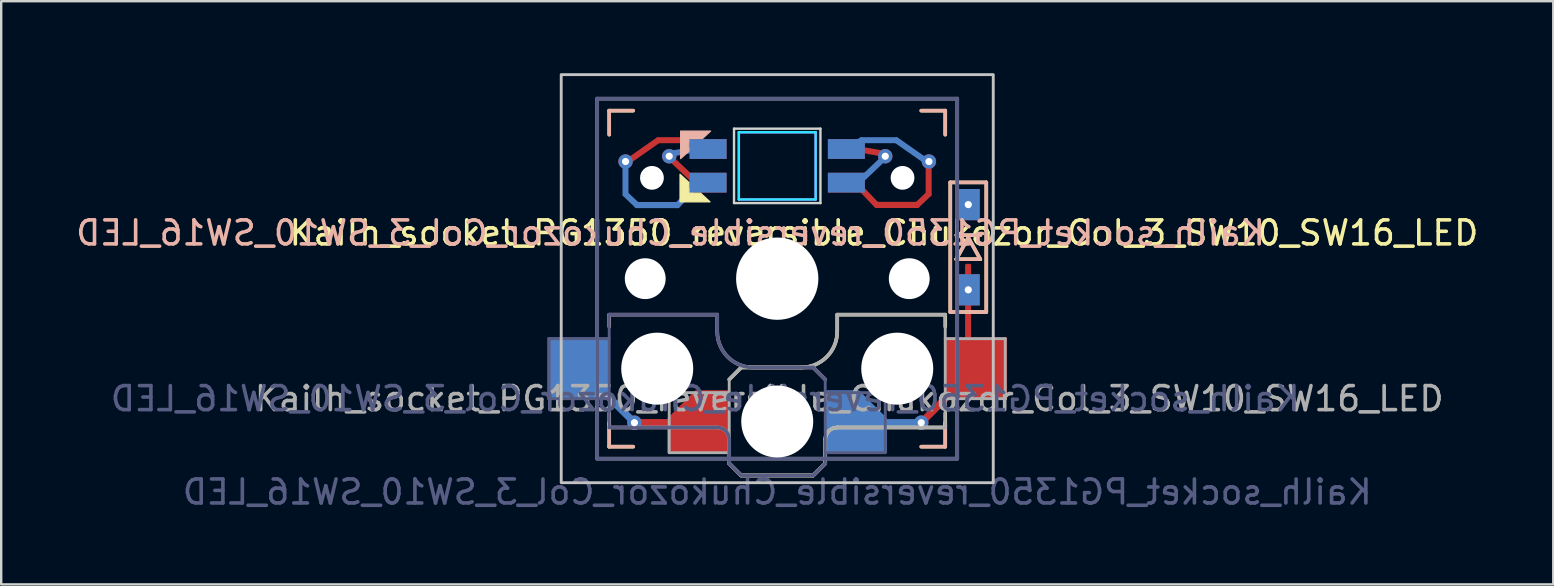
<source format=kicad_pcb>
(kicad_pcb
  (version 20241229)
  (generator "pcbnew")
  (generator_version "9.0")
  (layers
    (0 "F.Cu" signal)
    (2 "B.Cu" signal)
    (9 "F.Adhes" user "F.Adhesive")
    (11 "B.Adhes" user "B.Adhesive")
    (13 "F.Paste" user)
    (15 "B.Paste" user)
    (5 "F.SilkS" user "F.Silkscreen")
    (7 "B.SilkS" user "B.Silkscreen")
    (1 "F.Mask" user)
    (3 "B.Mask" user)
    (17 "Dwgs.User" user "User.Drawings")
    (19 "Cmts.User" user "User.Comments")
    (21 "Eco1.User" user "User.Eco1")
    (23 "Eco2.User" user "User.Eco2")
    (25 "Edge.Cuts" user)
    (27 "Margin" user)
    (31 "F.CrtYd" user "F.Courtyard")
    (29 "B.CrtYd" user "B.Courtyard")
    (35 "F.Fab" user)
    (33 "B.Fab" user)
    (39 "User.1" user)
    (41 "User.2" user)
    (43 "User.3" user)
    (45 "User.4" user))
  (footprint "Kailh_socket_PG1350_reversible_Chukozor_Col_3_SW10_SW16_LED"
    (layer "F.Cu")
    (at 29.332 8.56)
    (property "Reference" "Kailh_socket_PG1350_reversible_Chukozor_Col_3_SW10_SW16_LED" (at 4.445 -1.905 0) (layer "F.SilkS") (effects (font (size 1 1) (thickness 0.15))))
    (property "Value" "Kailh_socket_PG1350_reversible_Chukozor_Col_3_SW10_SW16_LED" (at 0 8.89 0) (layer "F.Fab") (hide yes) (effects (font (size 1 1) (thickness 0.15))))
    (attr smd)
    (fp_line (start -7 -7) (end -6 -7) (stroke (width 0.15) (type solid)) (layer "F.SilkS"))
    (fp_line (start -7 -6) (end -7 -7) (stroke (width 0.15) (type solid)) (layer "F.SilkS"))
    (fp_line (start -7 7) (end -7 6) (stroke (width 0.15) (type solid)) (layer "F.SilkS"))
    (fp_line (start -6 7) (end -7 7) (stroke (width 0.15) (type solid)) (layer "F.SilkS"))
    (fp_line (start -2 4.2) (end -1.5 3.7) (stroke (width 0.15) (type solid)) (layer "F.SilkS"))
    (fp_line (start -2 7.7) (end -1.5 8.2) (stroke (width 0.15) (type solid)) (layer "F.SilkS"))
    (fp_line (start -1.5 3.7) (end 1 3.7) (stroke (width 0.15) (type solid)) (layer "F.SilkS"))
    (fp_line (start -1.5 8.2) (end 1.5 8.2) (stroke (width 0.15) (type solid)) (layer "F.SilkS"))
    (fp_line (start 1.5 8.2) (end 2 7.7) (stroke (width 0.15) (type solid)) (layer "F.SilkS"))
    (fp_line (start 2 6.7) (end 2 7.7) (stroke (width 0.15) (type solid)) (layer "F.SilkS"))
    (fp_line (start 2.5 1.5) (end 7 1.5) (stroke (width 0.15) (type solid)) (layer "F.SilkS"))
    (fp_line (start 2.5 2.2) (end 2.5 1.5) (stroke (width 0.15) (type solid)) (layer "F.SilkS"))
    (fp_line (start 6 -7) (end 7 -7) (stroke (width 0.15) (type solid)) (layer "F.SilkS"))
    (fp_line (start 7 -7) (end 7 -6) (stroke (width 0.15) (type solid)) (layer "F.SilkS"))
    (fp_line (start 7 1.5) (end 7 2) (stroke (width 0.15) (type solid)) (layer "F.SilkS"))
    (fp_line (start 7 5.6) (end 7 6.2) (stroke (width 0.15) (type solid)) (layer "F.SilkS"))
    (fp_line (start 7 6) (end 7 7) (stroke (width 0.15) (type solid)) (layer "F.SilkS"))
    (fp_line (start 7 6.2) (end 2.5 6.2) (stroke (width 0.15) (type solid)) (layer "F.SilkS"))
    (fp_line (start 7 7) (end 6 7) (stroke (width 0.15) (type solid)) (layer "F.SilkS"))
    (fp_line (start 7.21 -4.01) (end 7.21 1.39) (stroke (width 0.15) (type solid)) (layer "F.SilkS"))
    (fp_line (start 7.21 1.39) (end 8.71 1.39) (stroke (width 0.15) (type solid)) (layer "F.SilkS"))
    (fp_line (start 7.46 -0.81) (end 7.96 -1.71) (stroke (width 0.15) (type solid)) (layer "F.SilkS"))
    (fp_line (start 7.96 -1.71) (end 8.46 -0.81) (stroke (width 0.15) (type solid)) (layer "F.SilkS"))
    (fp_line (start 8.46 -0.81) (end 7.46 -0.81) (stroke (width 0.15) (type solid)) (layer "F.SilkS"))
    (fp_line (start 8.46 -1.81) (end 7.46 -1.81) (stroke (width 0.15) (type solid)) (layer "F.SilkS"))
    (fp_line (start 8.71 -4.01) (end 7.21 -4.01) (stroke (width 0.15) (type solid)) (layer "F.SilkS"))
    (fp_line (start 8.71 1.39) (end 8.71 -4.01) (stroke (width 0.15) (type solid)) (layer "F.SilkS"))
    (fp_arc (start 2 6.7) (mid 2.146447 6.346447) (end 2.5 6.2) (stroke (width 0.15) (type solid)) (layer "F.SilkS"))
    (fp_arc (start 2.5 2.2) (mid 2.06066 3.26066) (end 1 3.7) (stroke (width 0.15) (type solid)) (layer "F.SilkS"))
    (fp_poly (pts (xy -3.19 -3.56) (xy -3.68 -3.56) (xy -3.68 -4.01) (xy -4.05 -4.35) (xy -4.05 -3.2) (xy -2.8 -3.2)) (stroke (width 0.05) (type solid)) (fill yes) (layer "F.SilkS"))
    (fp_line (start -7 -7) (end -6 -7) (stroke (width 0.15) (type solid)) (layer "B.SilkS"))
    (fp_line (start -7 -6) (end -7 -7) (stroke (width 0.15) (type solid)) (layer "B.SilkS"))
    (fp_line (start -7 1.5) (end -7 2) (stroke (width 0.15) (type solid)) (layer "B.SilkS"))
    (fp_line (start -7 5.6) (end -7 6.2) (stroke (width 0.15) (type solid)) (layer "B.SilkS"))
    (fp_line (start -7 6.2) (end -2.5 6.2) (stroke (width 0.15) (type solid)) (layer "B.SilkS"))
    (fp_line (start -7 7) (end -7 6) (stroke (width 0.15) (type solid)) (layer "B.SilkS"))
    (fp_line (start -6 7) (end -7 7) (stroke (width 0.15) (type solid)) (layer "B.SilkS"))
    (fp_line (start -2.5 1.5) (end -7 1.5) (stroke (width 0.15) (type solid)) (layer "B.SilkS"))
    (fp_line (start -2.5 2.2) (end -2.5 1.5) (stroke (width 0.15) (type solid)) (layer "B.SilkS"))
    (fp_line (start -2 6.7) (end -2 7.7) (stroke (width 0.15) (type solid)) (layer "B.SilkS"))
    (fp_line (start -1.5 8.2) (end -2 7.7) (stroke (width 0.15) (type solid)) (layer "B.SilkS"))
    (fp_line (start 1.5 3.7) (end -1 3.7) (stroke (width 0.15) (type solid)) (layer "B.SilkS"))
    (fp_line (start 1.5 8.2) (end -1.5 8.2) (stroke (width 0.15) (type solid)) (layer "B.SilkS"))
    (fp_line (start 2 4.2) (end 1.5 3.7) (stroke (width 0.15) (type solid)) (layer "B.SilkS"))
    (fp_line (start 2 7.7) (end 1.5 8.2) (stroke (width 0.15) (type solid)) (layer "B.SilkS"))
    (fp_line (start 6 -7) (end 7 -7) (stroke (width 0.15) (type solid)) (layer "B.SilkS"))
    (fp_line (start 7 -7) (end 7 -6) (stroke (width 0.15) (type solid)) (layer "B.SilkS"))
    (fp_line (start 7 6) (end 7 7) (stroke (width 0.15) (type solid)) (layer "B.SilkS"))
    (fp_line (start 7 7) (end 6 7) (stroke (width 0.15) (type solid)) (layer "B.SilkS"))
    (fp_line (start 7.21 -4.01) (end 7.21 1.39) (stroke (width 0.15) (type solid)) (layer "B.SilkS"))
    (fp_line (start 7.21 1.39) (end 8.71 1.39) (stroke (width 0.15) (type solid)) (layer "B.SilkS"))
    (fp_line (start 7.46 -0.81) (end 7.96 -1.71) (stroke (width 0.15) (type solid)) (layer "B.SilkS"))
    (fp_line (start 7.96 -1.71) (end 8.46 -0.81) (stroke (width 0.15) (type solid)) (layer "B.SilkS"))
    (fp_line (start 8.46 -0.81) (end 7.46 -0.81) (stroke (width 0.15) (type solid)) (layer "B.SilkS"))
    (fp_line (start 8.46 -1.81) (end 7.46 -1.81) (stroke (width 0.15) (type solid)) (layer "B.SilkS"))
    (fp_line (start 8.71 -4.01) (end 7.21 -4.01) (stroke (width 0.15) (type solid)) (layer "B.SilkS"))
    (fp_line (start 8.71 1.39) (end 8.71 -4.01) (stroke (width 0.15) (type solid)) (layer "B.SilkS"))
    (fp_arc (start -2.5 6.2) (mid -2.146447 6.346447) (end -2 6.7) (stroke (width 0.15) (type solid)) (layer "B.SilkS"))
    (fp_arc (start -1 3.7) (mid -2.06066 3.26066) (end -2.5 2.2) (stroke (width 0.15) (type solid)) (layer "B.SilkS"))
    (fp_poly (pts (xy -3.11 -5.84) (xy -3.68 -5.84) (xy -3.68 -5.31) (xy -4.025 -5) (xy -4.025 -6.15) (xy -2.775 -6.15)) (stroke (width 0.05) (type solid)) (fill yes) (layer "B.SilkS"))
    (fp_rect (start -9 -8.5) (end 9 8.5) (stroke (width 0.12) (type solid)) (fill no) (layer "Dwgs.User"))
    (fp_line (start -6.9 6.9) (end -6.9 -6.9) (stroke (width 0.15) (type solid)) (layer "Eco2.User"))
    (fp_line (start -6.9 6.9) (end 6.9 6.9) (stroke (width 0.15) (type solid)) (layer "Eco2.User"))
    (fp_line (start -2.6 -3.1) (end -2.6 -6.3) (stroke (width 0.15) (type solid)) (layer "Eco2.User"))
    (fp_line (start -2.6 -3.1) (end 2.6 -3.1) (stroke (width 0.15) (type solid)) (layer "Eco2.User"))
    (fp_line (start 2.6 -6.3) (end -2.6 -6.3) (stroke (width 0.15) (type solid)) (layer "Eco2.User"))
    (fp_line (start 2.6 -3.1) (end 2.6 -6.3) (stroke (width 0.15) (type solid)) (layer "Eco2.User"))
    (fp_line (start 6.9 -6.9) (end -6.9 -6.9) (stroke (width 0.15) (type solid)) (layer "Eco2.User"))
    (fp_line (start 6.9 -6.9) (end 6.9 6.9) (stroke (width 0.15) (type solid)) (layer "Eco2.User"))
    (fp_line (start -1.8 -6.25) (end -1.8 -3.15) (stroke (width 0.1) (type solid)) (layer "Edge.Cuts"))
    (fp_line (start -1.8 -3.15) (end 1.8 -3.15) (stroke (width 0.1) (type solid)) (layer "Edge.Cuts"))
    (fp_line (start 1.8 -6.25) (end -1.8 -6.25) (stroke (width 0.1) (type solid)) (layer "Edge.Cuts"))
    (fp_line (start 1.8 -3.15) (end 1.8 -6.25) (stroke (width 0.1) (type solid)) (layer "Edge.Cuts"))
    (fp_line (start -1.6 -6.1) (end 1.6 -6.1) (stroke (width 0.1) (type solid)) (layer "B.CrtYd"))
    (fp_line (start -1.6 -3.3) (end -1.6 -6.1) (stroke (width 0.1) (type solid)) (layer "B.CrtYd"))
    (fp_line (start -1.6 -3.3) (end 1.6 -3.3) (stroke (width 0.1) (type solid)) (layer "B.CrtYd"))
    (fp_line (start 1.6 -3.3) (end 1.6 -6.1) (stroke (width 0.1) (type solid)) (layer "B.CrtYd"))
    (fp_line (start -1.6 -6.1) (end -1.6 -3.3) (stroke (width 0.1) (type solid)) (layer "F.CrtYd"))
    (fp_line (start -1.6 -6.1) (end 1.6 -6.1) (stroke (width 0.1) (type solid)) (layer "F.CrtYd"))
    (fp_line (start -1.6 -3.3) (end 1.6 -3.3) (stroke (width 0.1) (type solid)) (layer "F.CrtYd"))
    (fp_line (start 1.6 -6.1) (end 1.6 -3.3) (stroke (width 0.1) (type solid)) (layer "F.CrtYd"))
    (fp_line (start -9.5 2.5) (end -7 2.5) (stroke (width 0.12) (type solid)) (layer "B.Fab"))
    (fp_line (start -9.5 5) (end -9.5 2.5) (stroke (width 0.12) (type solid)) (layer "B.Fab"))
    (fp_line (start -7.5 -7.5) (end 7.5 -7.5) (stroke (width 0.15) (type solid)) (layer "B.Fab"))
    (fp_line (start -7.5 7.5) (end -7.5 -7.5) (stroke (width 0.15) (type solid)) (layer "B.Fab"))
    (fp_line (start -7 1.5) (end -7 6.2) (stroke (width 0.12) (type solid)) (layer "B.Fab"))
    (fp_line (start -7 5) (end -9.5 5) (stroke (width 0.12) (type solid)) (layer "B.Fab"))
    (fp_line (start -7 6.2) (end -2.5 6.2) (stroke (width 0.15) (type solid)) (layer "B.Fab"))
    (fp_line (start -2.5 1.5) (end -7 1.5) (stroke (width 0.15) (type solid)) (layer "B.Fab"))
    (fp_line (start -2.5 2.2) (end -2.5 1.5) (stroke (width 0.15) (type solid)) (layer "B.Fab"))
    (fp_line (start -2 6.7) (end -2 7.7) (stroke (width 0.15) (type solid)) (layer "B.Fab"))
    (fp_line (start -1.5 8.2) (end -2 7.7) (stroke (width 0.15) (type solid)) (layer "B.Fab"))
    (fp_line (start 1.5 3.7) (end -1 3.7) (stroke (width 0.15) (type solid)) (layer "B.Fab"))
    (fp_line (start 1.5 8.2) (end -1.5 8.2) (stroke (width 0.15) (type solid)) (layer "B.Fab"))
    (fp_line (start 2 4.2) (end 1.5 3.7) (stroke (width 0.15) (type solid)) (layer "B.Fab"))
    (fp_line (start 2 4.25) (end 2 7.7) (stroke (width 0.12) (type solid)) (layer "B.Fab"))
    (fp_line (start 2 4.75) (end 4.5 4.75) (stroke (width 0.12) (type solid)) (layer "B.Fab"))
    (fp_line (start 2 7.7) (end 1.5 8.2) (stroke (width 0.15) (type solid)) (layer "B.Fab"))
    (fp_line (start 4.5 4.75) (end 4.5 7.25) (stroke (width 0.12) (type solid)) (layer "B.Fab"))
    (fp_line (start 4.5 7.25) (end 2 7.25) (stroke (width 0.12) (type solid)) (layer "B.Fab"))
    (fp_line (start 7.5 -7.5) (end 7.5 7.5) (stroke (width 0.15) (type solid)) (layer "B.Fab"))
    (fp_line (start 7.5 7.5) (end -7.5 7.5) (stroke (width 0.15) (type solid)) (layer "B.Fab"))
    (fp_arc (start -2.5 6.2) (mid -2.146447 6.346447) (end -2 6.7) (stroke (width 0.15) (type solid)) (layer "B.Fab"))
    (fp_arc (start -1 3.7) (mid -2.06066 3.26066) (end -2.5 2.2) (stroke (width 0.15) (type solid)) (layer "B.Fab"))
    (fp_line (start -7.5 -7.5) (end 7.5 -7.5) (stroke (width 0.15) (type solid)) (layer "F.Fab"))
    (fp_line (start -7.5 7.5) (end -7.5 -7.5) (stroke (width 0.15) (type solid)) (layer "F.Fab"))
    (fp_line (start -4.5 4.75) (end -4.5 7.25) (stroke (width 0.12) (type solid)) (layer "F.Fab"))
    (fp_line (start -4.5 7.25) (end -2 7.25) (stroke (width 0.12) (type solid)) (layer "F.Fab"))
    (fp_line (start -2 4.2) (end -1.5 3.7) (stroke (width 0.15) (type solid)) (layer "F.Fab"))
    (fp_line (start -2 4.25) (end -2 7.7) (stroke (width 0.12) (type solid)) (layer "F.Fab"))
    (fp_line (start -2 4.75) (end -4.5 4.75) (stroke (width 0.12) (type solid)) (layer "F.Fab"))
    (fp_line (start -2 7.7) (end -1.5 8.2) (stroke (width 0.15) (type solid)) (layer "F.Fab"))
    (fp_line (start -1.5 3.7) (end 1 3.7) (stroke (width 0.15) (type solid)) (layer "F.Fab"))
    (fp_line (start -1.5 8.2) (end 1.5 8.2) (stroke (width 0.15) (type solid)) (layer "F.Fab"))
    (fp_line (start 1.5 8.2) (end 2 7.7) (stroke (width 0.15) (type solid)) (layer "F.Fab"))
    (fp_line (start 2 6.7) (end 2 7.7) (stroke (width 0.15) (type solid)) (layer "F.Fab"))
    (fp_line (start 2.5 1.5) (end 7 1.5) (stroke (width 0.15) (type solid)) (layer "F.Fab"))
    (fp_line (start 2.5 2.2) (end 2.5 1.5) (stroke (width 0.15) (type solid)) (layer "F.Fab"))
    (fp_line (start 7 1.5) (end 7 6.2) (stroke (width 0.12) (type solid)) (layer "F.Fab"))
    (fp_line (start 7 5) (end 9.5 5) (stroke (width 0.12) (type solid)) (layer "F.Fab"))
    (fp_line (start 7 6.2) (end 2.5 6.2) (stroke (width 0.15) (type solid)) (layer "F.Fab"))
    (fp_line (start 7.5 -7.5) (end 7.5 7.5) (stroke (width 0.15) (type solid)) (layer "F.Fab"))
    (fp_line (start 7.5 7.5) (end -7.5 7.5) (stroke (width 0.15) (type solid)) (layer "F.Fab"))
    (fp_line (start 9.5 2.5) (end 7 2.5) (stroke (width 0.12) (type solid)) (layer "F.Fab"))
    (fp_line (start 9.5 5) (end 9.5 2.5) (stroke (width 0.12) (type solid)) (layer "F.Fab"))
    (fp_arc (start 2 6.7) (mid 2.146447 6.346447) (end 2.5 6.2) (stroke (width 0.15) (type solid)) (layer "F.Fab"))
    (fp_arc (start 2.5 2.2) (mid 2.06066 3.26066) (end 1 3.7) (stroke (width 0.15) (type solid)) (layer "F.Fab"))
    (fp_text user "${REFERENCE}" (at -4.445 -1.905 0) (layer "B.SilkS") (effects (font (size 1 1) (thickness 0.15)) (justify mirror)))
    (fp_text user "${REFERENCE}" (at -3 5 0) (layer "B.Fab") (effects (font (size 1 1) (thickness 0.15)) (justify mirror)))
    (fp_text user "${VALUE}" (at 0 8.89 0) (layer "B.Fab") (effects (font (size 1 1) (thickness 0.15)) (justify mirror)))
    (fp_text user "${REFERENCE}" (at 3 5 180) (layer "F.Fab") (effects (font (size 1 1) (thickness 0.15))))
    (pad "" np_thru_hole circle (at -5.5 0) (size 1.702 1.702) (drill 1.702) (layers "*.Cu" "*.Mask"))
    (pad "" np_thru_hole circle (at -5.22 -4.2) (size 0.991 0.991) (drill 0.991) (layers "*.Cu" "*.Mask"))
    (pad "" np_thru_hole circle (at -5 3.75) (size 3 3) (drill 3) (layers "*.Cu" "*.Mask"))
    (pad "" np_thru_hole circle (at 0 0) (size 3.429 3.429) (drill 3.429) (layers "*.Cu" "*.Mask"))
    (pad "" np_thru_hole circle (at 0 5.95) (size 3 3) (drill 3) (layers "*.Cu" "*.Mask"))
    (pad "" np_thru_hole circle (at 5 3.75) (size 3 3) (drill 3) (layers "*.Cu" "*.Mask"))
    (pad "" np_thru_hole circle (at 5.22 -4.2) (size 0.991 0.991) (drill 0.991) (layers "*.Cu" "*.Mask"))
    (pad "" np_thru_hole circle (at 5.5 0) (size 1.702 1.702) (drill 1.702) (layers "*.Cu" "*.Mask"))
    (pad "1" smd rect (at -8.275 3.75) (size 2.6 2.6) (layers "B.Cu" "B.Mask" "B.Paste"))
    (pad "1" smd rect (at -6.7 5.25 315) (size 1.75 0.3) (layers "B.Cu"))
    (pad "1" thru_hole circle (at -5.95 6) (size 0.6 0.6) (drill 0.3) (layers "*.Cu"))
    (pad "1" smd rect (at -5.075 6) (size 1.45 0.3) (layers "F.Cu"))
    (pad "1" smd roundrect (at -3.275 5.95) (size 2.6 2.6) (layers "F.Cu" "F.Mask" "F.Paste") (roundrect_rratio 0) (chamfer_ratio 0.45) (chamfer top_left))
    (pad "2" smd roundrect (at 3.275 5.95) (size 2.6 2.6) (layers "B.Cu" "B.Mask" "B.Paste") (roundrect_rratio 0) (chamfer_ratio 0.45) (chamfer top_right))
    (pad "2" smd rect (at 5.125 6) (size 1.45 0.3) (layers "B.Cu"))
    (pad "2" thru_hole circle (at 6 6) (size 0.6 0.6) (drill 0.3) (layers "*.Cu"))
    (pad "2" smd rect (at 6.75 5.25 45) (size 1.75 0.3) (layers "F.Cu"))
    (pad "2" smd roundrect (at 7.952 0.99 90) (size 3.22 0.25) (layers "F.Cu") (roundrect_rratio 0.25))
    (pad "2" thru_hole circle (at 7.96 0.465 270) (size 0.6 0.6) (drill 0.3) (layers "*.Cu"))
    (pad "2" smd rect (at 7.96 0.465 270) (size 1.3 0.95) (layers "F.Cu" "F.Mask" "F.Paste"))
    (pad "2" smd rect (at 7.96 0.465 270) (size 1.3 0.95) (layers "B.Cu" "B.Mask" "B.Paste"))
    (pad "2" smd rect (at 8.275 3.75) (size 2.6 2.6) (layers "F.Cu" "F.Mask" "F.Paste"))
    (pad "3" thru_hole circle (at 7.96 -3.085 270) (size 0.6 0.6) (drill 0.3) (layers "*.Cu"))
    (pad "3" smd rect (at 7.96 -3.085 270) (size 1.3 0.95) (layers "F.Cu" "F.Mask" "F.Paste"))
    (pad "3" smd rect (at 7.96 -3.085 270) (size 1.3 0.95) (layers "B.Cu" "B.Mask" "B.Paste"))
    (pad "4" smd rect (at 2.88 -5.401 180) (size 1.54 0.823) (layers "F.Cu" "F.Mask" "F.Paste"))
    (pad "4" smd rect (at 2.88 -4) (size 1.54 0.825) (layers "B.Cu" "B.Mask" "B.Paste"))
    (pad "4" smd roundrect (at 3.9 -5.3 350) (size 0.95 0.25) (layers "F.Cu") (roundrect_rratio 0.25))
    (pad "4" smd roundrect (at 3.9 -4.5 223.531) (size 1.3 0.25) (layers "B.Cu") (roundrect_rratio 0.25))
    (pad "4" thru_hole circle (at 4.5 -5.1) (size 0.6 0.6) (drill 0.3) (property pad_prop_fiducial_loc) (layers "*.Cu"))
    (pad "5" smd rect (at 2.88 -5.401) (size 1.54 0.823) (layers "B.Cu" "B.Mask" "B.Paste"))
    (pad "5" smd rect (at 2.88 -4 180) (size 1.54 0.825) (layers "F.Cu" "F.Mask" "F.Paste"))
    (pad "5" smd roundrect (at 3.36 -5.68 30) (size 0.5 0.25) (layers "B.Cu") (roundrect_rratio 0.25))
    (pad "5" smd roundrect (at 3.688 -3.545 133.531) (size 1.5 0.25) (layers "F.Cu") (roundrect_rratio 0.25))
    (pad "5" smd roundrect (at 4.235 -5.77) (size 1.59 0.25) (layers "B.Cu") (roundrect_rratio 0.25))
    (pad "5" smd roundrect (at 4.992 -3.072 180) (size 1.87 0.255) (layers "F.Cu") (roundrect_rratio 0.25))
    (pad "5" smd roundrect (at 5.53 -5.37 325) (size 1.55 0.25) (layers "B.Cu") (roundrect_rratio 0.25))
    (pad "5" smd roundrect (at 6.077 -3.305 43.531) (size 0.8 0.25) (layers "F.Cu") (roundrect_rratio 0.25))
    (pad "5" smd roundrect (at 6.31 -4.08 90) (size 1.29 0.25) (layers "F.Cu") (roundrect_rratio 0.25))
    (pad "5" thru_hole circle (at 6.32 -4.88) (size 0.6 0.6) (drill 0.3) (property pad_prop_fiducial_loc) (layers "*.Cu"))
    (pad "6" thru_hole circle (at -4.5 -5.1) (size 0.6 0.6) (drill 0.3) (property pad_prop_fiducial_loc) (layers "*.Cu"))
    (pad "6" smd roundrect (at -3.9 -5.3 10) (size 0.95 0.25) (layers "B.Cu") (roundrect_rratio 0.25))
    (pad "6" smd roundrect (at -3.9 -4.5 136.469) (size 1.3 0.25) (layers "F.Cu") (roundrect_rratio 0.25))
    (pad "6" smd rect (at -2.88 -5.401 180) (size 1.54 0.823) (layers "B.Cu" "B.Mask" "B.Paste"))
    (pad "6" smd rect (at -2.88 -4) (size 1.54 0.825) (layers "F.Cu" "F.Mask" "F.Paste"))
    (pad "7" smd roundrect (at -6.322 -4.075 270) (size 1.29 0.25) (layers "B.Cu") (roundrect_rratio 0.25))
    (pad "7" thru_hole circle (at -6.32 -4.88) (size 0.6 0.6) (drill 0.3) (property pad_prop_fiducial_loc) (layers "*.Cu"))
    (pad "7" smd roundrect (at -6.09 -3.3 316.469) (size 0.8 0.25) (layers "B.Cu") (roundrect_rratio 0.25))
    (pad "7" smd roundrect (at -5.53 -5.37 35) (size 1.55 0.25) (layers "F.Cu") (roundrect_rratio 0.25))
    (pad "7" smd roundrect (at -5.005 -3.067 180) (size 1.87 0.255) (layers "B.Cu") (roundrect_rratio 0.25))
    (pad "7" smd roundrect (at -4.235 -5.77) (size 1.59 0.25) (layers "F.Cu") (roundrect_rratio 0.25))
    (pad "7" smd roundrect (at -3.7 -3.54 226.469) (size 1.5 0.25) (layers "B.Cu") (roundrect_rratio 0.25))
    (pad "7" smd roundrect (at -3.36 -5.68 330) (size 0.5 0.25) (layers "F.Cu") (roundrect_rratio 0.25))
    (pad "7" smd rect (at -2.88 -5.401) (size 1.54 0.823) (layers "F.Cu" "F.Mask" "F.Paste"))
    (pad "7" smd rect (at -2.88 -4 180) (size 1.54 0.825) (layers "B.Cu" "B.Mask" "B.Paste")))
  (gr_rect
    (start -3 -3)
    (end 61.664 21.298)
    (stroke (width 0.1) (type default))
    (fill no)
    (layer "Edge.Cuts")))
</source>
